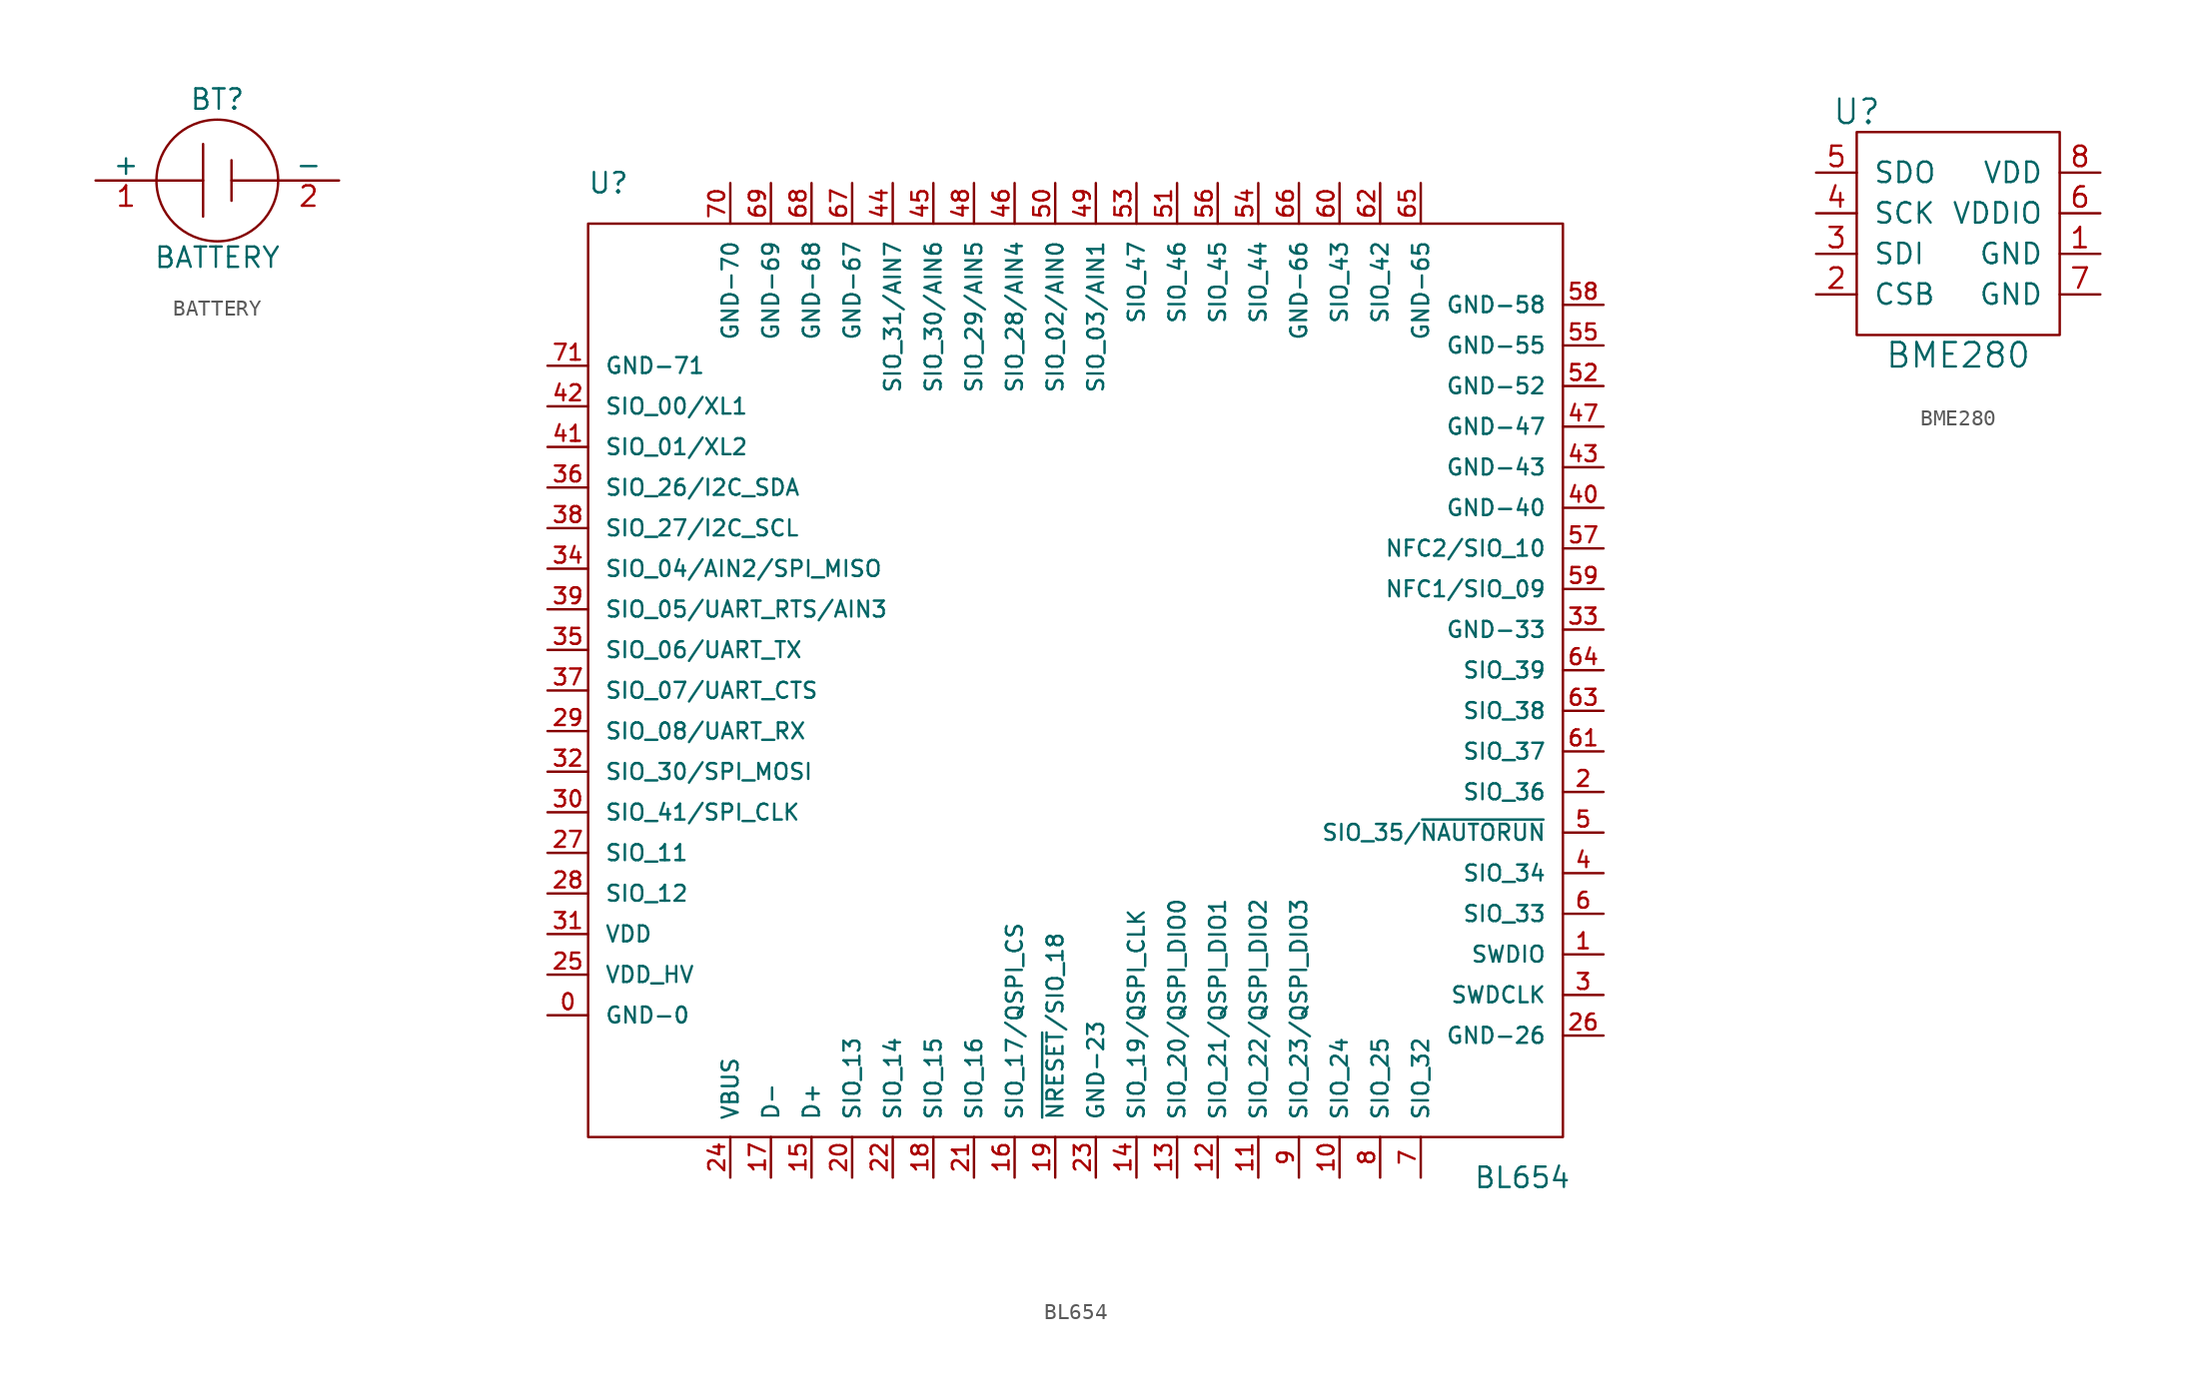
<source format=kicad_sym>
(kicad_symbol_lib
  (version 20211014)
  (generator kicad_symbol_editor)
  (symbol "BATTERY"
    (pin_names
      (offset 0))
    (property "Reference" "BT"
      (at 0 5.08 0)
      (effects (font (size 1.27 1.27))))
    (property "Value" "BATTERY"
      (at 0 -4.826 0)
      (effects (font (size 1.27 1.27))))
    (property "Footprint" ""
      (at 0 0 0)
      (effects (font (size 1.524 1.524))))
    (property "Datasheet" ""
      (at 0 0 0)
      (effects (font (size 1.524 1.524))))
    (symbol "BATTERY_0_1"
      (polyline (pts (xy -0.889 0) (xy -3.81 0)) (stroke (width 0) (type default) (color 0 0 0 0)) (fill (type none)))
      (polyline (pts (xy -0.889 2.286) (xy -0.889 -2.261)) (stroke (width 0.152) (type default) (color 0 0 0 0)) (fill (type none)))
      (polyline (pts (xy 0.889 0) (xy 3.81 0)) (stroke (width 0) (type default) (color 0 0 0 0)) (fill (type none)))
      (polyline (pts (xy 0.889 1.27) (xy 0.889 -1.27)) (stroke (width 0.152) (type default) (color 0 0 0 0)) (fill (type none)))
      (circle (center 0 0) (radius 3.81) (stroke (width 0.152) (type default) (color 0 0 0 0)) (fill (type none))))
    (symbol "BATTERY_1_1"
      (pin passive line (at -7.62 0 0) (length 3.81) (name "+" (effects (font (size 1.27 1.27)))) (number "1" (effects (font (size 1.27 1.27)))))
      (pin passive line (at 7.62 0 180) (length 3.81) (name "-" (effects (font (size 1.27 1.27)))) (number "2" (effects (font (size 1.27 1.27)))))))
  (symbol "BL654"
    (pin_names
      (offset 1.016))
    (property "Reference" "U"
      (at -29.21 30.48 0)
      (effects (font (size 1.27 1.27))))
    (property "Value" "BL654"
      (at 27.94 -31.75 0)
      (effects (font (size 1.27 1.27))))
    (symbol "BL654_0_1"
      (rectangle (start -30.48 27.94) (end 30.48 -29.21) (stroke (width 0) (type default) (color 0 0 0 0)) (fill (type none))))
    (symbol "BL654_1_1"
      (pin passive line (at -33.02 -21.59 0) (length 2.54) (name "GND-0" (effects (font (size 0.991 0.991)))) (number "0" (effects (font (size 0.991 0.991)))))
      (pin passive line (at 33.02 -17.78 180) (length 2.54) (name "SWDIO" (effects (font (size 0.991 0.991)))) (number "1" (effects (font (size 0.991 0.991)))))
      (pin passive line (at 16.51 -31.75 90) (length 2.54) (name "SIO_24" (effects (font (size 0.991 0.991)))) (number "10" (effects (font (size 0.991 0.991)))))
      (pin passive line (at 11.43 -31.75 90) (length 2.54) (name "SIO_22/QSPI_DIO2" (effects (font (size 0.991 0.991)))) (number "11" (effects (font (size 0.991 0.991)))))
      (pin passive line (at 8.89 -31.75 90) (length 2.54) (name "SIO_21/QSPI_DIO1" (effects (font (size 0.991 0.991)))) (number "12" (effects (font (size 0.991 0.991)))))
      (pin passive line (at 6.35 -31.75 90) (length 2.54) (name "SIO_20/QSPI_DIO0" (effects (font (size 0.991 0.991)))) (number "13" (effects (font (size 0.991 0.991)))))
      (pin passive line (at 3.81 -31.75 90) (length 2.54) (name "SIO_19/QSPI_CLK" (effects (font (size 0.991 0.991)))) (number "14" (effects (font (size 0.991 0.991)))))
      (pin passive line (at -16.51 -31.75 90) (length 2.54) (name "D+" (effects (font (size 0.991 0.991)))) (number "15" (effects (font (size 0.991 0.991)))))
      (pin passive line (at -3.81 -31.75 90) (length 2.54) (name "SIO_17/QSPI_CS" (effects (font (size 0.991 0.991)))) (number "16" (effects (font (size 0.991 0.991)))))
      (pin passive line (at -19.05 -31.75 90) (length 2.54) (name "D-" (effects (font (size 0.991 0.991)))) (number "17" (effects (font (size 0.991 0.991)))))
      (pin passive line (at -8.89 -31.75 90) (length 2.54) (name "SIO_15" (effects (font (size 0.991 0.991)))) (number "18" (effects (font (size 0.991 0.991)))))
      (pin passive line (at -1.27 -31.75 90) (length 2.54) (name "~{NRESET}/SIO_18" (effects (font (size 0.991 0.991)))) (number "19" (effects (font (size 0.991 0.991)))))
      (pin passive line (at 33.02 -7.62 180) (length 2.54) (name "SIO_36" (effects (font (size 0.991 0.991)))) (number "2" (effects (font (size 0.991 0.991)))))
      (pin passive line (at -13.97 -31.75 90) (length 2.54) (name "SIO_13" (effects (font (size 0.991 0.991)))) (number "20" (effects (font (size 0.991 0.991)))))
      (pin passive line (at -6.35 -31.75 90) (length 2.54) (name "SIO_16" (effects (font (size 0.991 0.991)))) (number "21" (effects (font (size 0.991 0.991)))))
      (pin passive line (at -11.43 -31.75 90) (length 2.54) (name "SIO_14" (effects (font (size 0.991 0.991)))) (number "22" (effects (font (size 0.991 0.991)))))
      (pin passive line (at 1.27 -31.75 90) (length 2.54) (name "GND-23" (effects (font (size 0.991 0.991)))) (number "23" (effects (font (size 0.991 0.991)))))
      (pin passive line (at -21.59 -31.75 90) (length 2.54) (name "VBUS" (effects (font (size 0.991 0.991)))) (number "24" (effects (font (size 0.991 0.991)))))
      (pin passive line (at -33.02 -19.05 0) (length 2.54) (name "VDD_HV" (effects (font (size 0.991 0.991)))) (number "25" (effects (font (size 0.991 0.991)))))
      (pin passive line (at 33.02 -22.86 180) (length 2.54) (name "GND-26" (effects (font (size 0.991 0.991)))) (number "26" (effects (font (size 0.991 0.991)))))
      (pin passive line (at -33.02 -11.43 0) (length 2.54) (name "SIO_11" (effects (font (size 0.991 0.991)))) (number "27" (effects (font (size 0.991 0.991)))))
      (pin passive line (at -33.02 -13.97 0) (length 2.54) (name "SIO_12" (effects (font (size 0.991 0.991)))) (number "28" (effects (font (size 0.991 0.991)))))
      (pin passive line (at -33.02 -3.81 0) (length 2.54) (name "SIO_08/UART_RX" (effects (font (size 0.991 0.991)))) (number "29" (effects (font (size 0.991 0.991)))))
      (pin passive line (at 33.02 -20.32 180) (length 2.54) (name "SWDCLK" (effects (font (size 0.991 0.991)))) (number "3" (effects (font (size 0.991 0.991)))))
      (pin passive line (at -33.02 -8.89 0) (length 2.54) (name "SIO_41/SPI_CLK" (effects (font (size 0.991 0.991)))) (number "30" (effects (font (size 0.991 0.991)))))
      (pin passive line (at -33.02 -16.51 0) (length 2.54) (name "VDD" (effects (font (size 0.991 0.991)))) (number "31" (effects (font (size 0.991 0.991)))))
      (pin passive line (at -33.02 -6.35 0) (length 2.54) (name "SIO_30/SPI_MOSI" (effects (font (size 0.991 0.991)))) (number "32" (effects (font (size 0.991 0.991)))))
      (pin passive line (at 33.02 2.54 180) (length 2.54) (name "GND-33" (effects (font (size 0.991 0.991)))) (number "33" (effects (font (size 0.991 0.991)))))
      (pin passive line (at -33.02 6.35 0) (length 2.54) (name "SIO_04/AIN2/SPI_MISO" (effects (font (size 0.991 0.991)))) (number "34" (effects (font (size 0.991 0.991)))))
      (pin passive line (at -33.02 1.27 0) (length 2.54) (name "SIO_06/UART_TX" (effects (font (size 0.991 0.991)))) (number "35" (effects (font (size 0.991 0.991)))))
      (pin passive line (at -33.02 11.43 0) (length 2.54) (name "SIO_26/I2C_SDA" (effects (font (size 0.991 0.991)))) (number "36" (effects (font (size 0.991 0.991)))))
      (pin passive line (at -33.02 -1.27 0) (length 2.54) (name "SIO_07/UART_CTS" (effects (font (size 0.991 0.991)))) (number "37" (effects (font (size 0.991 0.991)))))
      (pin passive line (at -33.02 8.89 0) (length 2.54) (name "SIO_27/I2C_SCL" (effects (font (size 0.991 0.991)))) (number "38" (effects (font (size 0.991 0.991)))))
      (pin passive line (at -33.02 3.81 0) (length 2.54) (name "SIO_05/UART_RTS/AIN3" (effects (font (size 0.991 0.991)))) (number "39" (effects (font (size 0.991 0.991)))))
      (pin passive line (at 33.02 -12.7 180) (length 2.54) (name "SIO_34" (effects (font (size 0.991 0.991)))) (number "4" (effects (font (size 0.991 0.991)))))
      (pin passive line (at 33.02 10.16 180) (length 2.54) (name "GND-40" (effects (font (size 0.991 0.991)))) (number "40" (effects (font (size 0.991 0.991)))))
      (pin passive line (at -33.02 13.97 0) (length 2.54) (name "SIO_01/XL2" (effects (font (size 0.991 0.991)))) (number "41" (effects (font (size 0.991 0.991)))))
      (pin passive line (at -33.02 16.51 0) (length 2.54) (name "SIO_00/XL1" (effects (font (size 0.991 0.991)))) (number "42" (effects (font (size 0.991 0.991)))))
      (pin passive line (at 33.02 12.7 180) (length 2.54) (name "GND-43" (effects (font (size 0.991 0.991)))) (number "43" (effects (font (size 0.991 0.991)))))
      (pin passive line (at -11.43 30.48 270) (length 2.54) (name "SIO_31/AIN7" (effects (font (size 0.991 0.991)))) (number "44" (effects (font (size 0.991 0.991)))))
      (pin passive line (at -8.89 30.48 270) (length 2.54) (name "SIO_30/AIN6" (effects (font (size 0.991 0.991)))) (number "45" (effects (font (size 0.991 0.991)))))
      (pin passive line (at -3.81 30.48 270) (length 2.54) (name "SIO_28/AIN4" (effects (font (size 0.991 0.991)))) (number "46" (effects (font (size 0.991 0.991)))))
      (pin passive line (at 33.02 15.24 180) (length 2.54) (name "GND-47" (effects (font (size 0.991 0.991)))) (number "47" (effects (font (size 0.991 0.991)))))
      (pin passive line (at -6.35 30.48 270) (length 2.54) (name "SIO_29/AIN5" (effects (font (size 0.991 0.991)))) (number "48" (effects (font (size 0.991 0.991)))))
      (pin passive line (at 1.27 30.48 270) (length 2.54) (name "SIO_03/AIN1" (effects (font (size 0.991 0.991)))) (number "49" (effects (font (size 0.991 0.991)))))
      (pin passive line (at 33.02 -10.16 180) (length 2.54) (name "SIO_35/~{NAUTORUN}" (effects (font (size 0.991 0.991)))) (number "5" (effects (font (size 0.991 0.991)))))
      (pin passive line (at -1.27 30.48 270) (length 2.54) (name "SIO_02/AIN0" (effects (font (size 0.991 0.991)))) (number "50" (effects (font (size 0.991 0.991)))))
      (pin passive line (at 6.35 30.48 270) (length 2.54) (name "SIO_46" (effects (font (size 0.991 0.991)))) (number "51" (effects (font (size 0.991 0.991)))))
      (pin passive line (at 33.02 17.78 180) (length 2.54) (name "GND-52" (effects (font (size 0.991 0.991)))) (number "52" (effects (font (size 0.991 0.991)))))
      (pin passive line (at 3.81 30.48 270) (length 2.54) (name "SIO_47" (effects (font (size 0.991 0.991)))) (number "53" (effects (font (size 0.991 0.991)))))
      (pin passive line (at 11.43 30.48 270) (length 2.54) (name "SIO_44" (effects (font (size 0.991 0.991)))) (number "54" (effects (font (size 0.991 0.991)))))
      (pin passive line (at 33.02 20.32 180) (length 2.54) (name "GND-55" (effects (font (size 0.991 0.991)))) (number "55" (effects (font (size 0.991 0.991)))))
      (pin passive line (at 8.89 30.48 270) (length 2.54) (name "SIO_45" (effects (font (size 0.991 0.991)))) (number "56" (effects (font (size 0.991 0.991)))))
      (pin passive line (at 33.02 7.62 180) (length 2.54) (name "NFC2/SIO_10" (effects (font (size 0.991 0.991)))) (number "57" (effects (font (size 0.991 0.991)))))
      (pin passive line (at 33.02 22.86 180) (length 2.54) (name "GND-58" (effects (font (size 0.991 0.991)))) (number "58" (effects (font (size 0.991 0.991)))))
      (pin passive line (at 33.02 5.08 180) (length 2.54) (name "NFC1/SIO_09" (effects (font (size 0.991 0.991)))) (number "59" (effects (font (size 0.991 0.991)))))
      (pin passive line (at 33.02 -15.24 180) (length 2.54) (name "SIO_33" (effects (font (size 0.991 0.991)))) (number "6" (effects (font (size 0.991 0.991)))))
      (pin passive line (at 16.51 30.48 270) (length 2.54) (name "SIO_43" (effects (font (size 0.991 0.991)))) (number "60" (effects (font (size 0.991 0.991)))))
      (pin passive line (at 33.02 -5.08 180) (length 2.54) (name "SIO_37" (effects (font (size 0.991 0.991)))) (number "61" (effects (font (size 0.991 0.991)))))
      (pin passive line (at 19.05 30.48 270) (length 2.54) (name "SIO_42" (effects (font (size 0.991 0.991)))) (number "62" (effects (font (size 0.991 0.991)))))
      (pin passive line (at 33.02 -2.54 180) (length 2.54) (name "SIO_38" (effects (font (size 0.991 0.991)))) (number "63" (effects (font (size 0.991 0.991)))))
      (pin passive line (at 33.02 0 180) (length 2.54) (name "SIO_39" (effects (font (size 0.991 0.991)))) (number "64" (effects (font (size 0.991 0.991)))))
      (pin passive line (at 21.59 30.48 270) (length 2.54) (name "GND-65" (effects (font (size 0.991 0.991)))) (number "65" (effects (font (size 0.991 0.991)))))
      (pin passive line (at 13.97 30.48 270) (length 2.54) (name "GND-66" (effects (font (size 0.991 0.991)))) (number "66" (effects (font (size 0.991 0.991)))))
      (pin passive line (at -13.97 30.48 270) (length 2.54) (name "GND-67" (effects (font (size 0.991 0.991)))) (number "67" (effects (font (size 0.991 0.991)))))
      (pin passive line (at -16.51 30.48 270) (length 2.54) (name "GND-68" (effects (font (size 0.991 0.991)))) (number "68" (effects (font (size 0.991 0.991)))))
      (pin passive line (at -19.05 30.48 270) (length 2.54) (name "GND-69" (effects (font (size 0.991 0.991)))) (number "69" (effects (font (size 0.991 0.991)))))
      (pin passive line (at 21.59 -31.75 90) (length 2.54) (name "SIO_32" (effects (font (size 0.991 0.991)))) (number "7" (effects (font (size 0.991 0.991)))))
      (pin passive line (at -21.59 30.48 270) (length 2.54) (name "GND-70" (effects (font (size 0.991 0.991)))) (number "70" (effects (font (size 0.991 0.991)))))
      (pin passive line (at -33.02 19.05 0) (length 2.54) (name "GND-71" (effects (font (size 0.991 0.991)))) (number "71" (effects (font (size 0.991 0.991)))))
      (pin passive line (at 19.05 -31.75 90) (length 2.54) (name "SIO_25" (effects (font (size 0.991 0.991)))) (number "8" (effects (font (size 0.991 0.991)))))
      (pin passive line (at 13.97 -31.75 90) (length 2.54) (name "SIO_23/QSPI_DIO3" (effects (font (size 0.991 0.991)))) (number "9" (effects (font (size 0.991 0.991)))))))
  (symbol "BME280"
    (pin_names
      (offset 1.016))
    (property "Reference" "U"
      (at -6.35 7.62 0)
      (effects (font (size 1.524 1.524))))
    (property "Value" "BME280"
      (at 0 -7.62 0)
      (effects (font (size 1.524 1.524))))
    (property "Footprint" ""
      (at 0 0 0)
      (effects (font (size 1.524 1.524))))
    (property "Datasheet" ""
      (at 0 0 0)
      (effects (font (size 1.524 1.524))))
    (symbol "BME280_0_1"
      (rectangle (start -6.35 6.35) (end 6.35 -6.35) (stroke (width 0) (type default) (color 0 0 0 0)) (fill (type none))))
    (symbol "BME280_1_1"
      (pin passive line (at 8.89 -1.27 180) (length 2.54) (name "GND" (effects (font (size 1.27 1.27)))) (number "1" (effects (font (size 1.27 1.27)))))
      (pin passive line (at -8.89 -3.81 0) (length 2.54) (name "CSB" (effects (font (size 1.27 1.27)))) (number "2" (effects (font (size 1.27 1.27)))))
      (pin passive line (at -8.89 -1.27 0) (length 2.54) (name "SDI" (effects (font (size 1.27 1.27)))) (number "3" (effects (font (size 1.27 1.27)))))
      (pin passive line (at -8.89 1.27 0) (length 2.54) (name "SCK" (effects (font (size 1.27 1.27)))) (number "4" (effects (font (size 1.27 1.27)))))
      (pin passive line (at -8.89 3.81 0) (length 2.54) (name "SDO" (effects (font (size 1.27 1.27)))) (number "5" (effects (font (size 1.27 1.27)))))
      (pin passive line (at 8.89 1.27 180) (length 2.54) (name "VDDIO" (effects (font (size 1.27 1.27)))) (number "6" (effects (font (size 1.27 1.27)))))
      (pin passive line (at 8.89 -3.81 180) (length 2.54) (name "GND" (effects (font (size 1.27 1.27)))) (number "7" (effects (font (size 1.27 1.27)))))
      (pin passive line (at 8.89 3.81 180) (length 2.54) (name "VDD" (effects (font (size 1.27 1.27)))) (number "8" (effects (font (size 1.27 1.27))))))))
</source>
